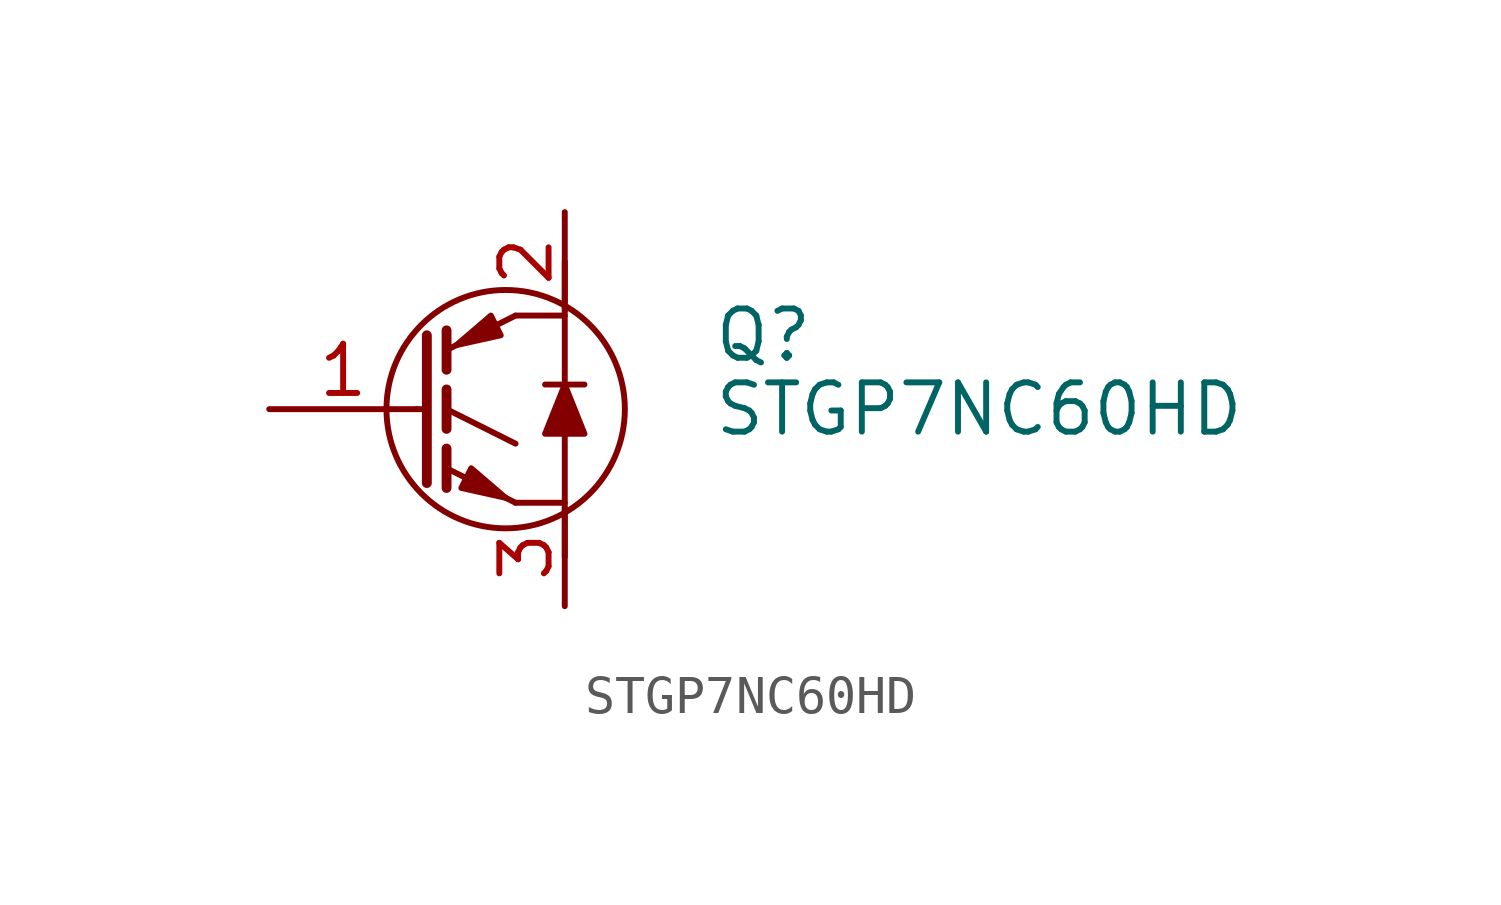
<source format=kicad_sym>
(kicad_symbol_lib
  (version 20211014)
  (generator kicad_symbol_editor)
  (symbol "STGP7NC60HD"
    (pin_names
      (offset 0) hide)
    (property "Reference" "Q"
      (at 6.35 1.905 0)
      (effects (font (size 1.27 1.27)) (justify left)))
    (property "Value" "STGP7NC60HD"
      (at 6.35 0 0)
      (effects (font (size 1.27 1.27)) (justify left)))
    (symbol "STGP7NC60HD_0_1"
      (polyline (pts (xy -1.27 0) (xy -1.016 0)) (stroke (width 0) (type default) (color 0 0 0 0)) (fill (type none)))
      (polyline (pts (xy 1.27 -2.413) (xy 2.54 -2.413)) (stroke (width 0) (type default) (color 0 0 0 0)) (fill (type none)))
      (polyline (pts (xy 1.27 2.413) (xy 2.54 2.413)) (stroke (width 0) (type default) (color 0 0 0 0)) (fill (type none)))
      (polyline (pts (xy 2.032 0.635) (xy 3.048 0.635)) (stroke (width 0) (type default) (color 0 0 0 0)) (fill (type none)))
      (polyline (pts (xy 2.54 3.81) (xy 2.54 -3.81)) (stroke (width 0) (type default) (color 0 0 0 0)) (fill (type none)))
      (polyline (pts (xy 2.54 0.635) (xy 2.032 -0.635) (xy 3.048 -0.635) (xy 2.54 0.635)) (stroke (width 0) (type default) (color 0 0 0 0)) (fill (type outline)))
      (circle (center 1.016 0) (radius 3.073) (stroke (width 0) (type default) (color 0 0 0 0)) (fill (type none))))
    (symbol "STGP7NC60HD_1_1"
      (polyline (pts (xy -0.508 -1.016) (xy -0.508 -2.032)) (stroke (width 0.254) (type default) (color 0 0 0 0)) (fill (type none)))
      (polyline (pts (xy -0.508 0.508) (xy -0.508 -0.508)) (stroke (width 0.254) (type default) (color 0 0 0 0)) (fill (type none)))
      (polyline (pts (xy -0.508 2.032) (xy -0.508 1.016)) (stroke (width 0.254) (type default) (color 0 0 0 0)) (fill (type none)))
      (polyline (pts (xy 1.27 -2.413) (xy -0.508 -1.524)) (stroke (width 0) (type default) (color 0 0 0 0)) (fill (type none)))
      (polyline (pts (xy 1.27 -0.889) (xy -0.508 0)) (stroke (width 0) (type default) (color 0 0 0 0)) (fill (type none)))
      (polyline (pts (xy 1.27 2.413) (xy -0.508 1.524)) (stroke (width 0) (type default) (color 0 0 0 0)) (fill (type none)))
      (polyline (pts (xy -1.016 1.905) (xy -1.016 -1.905) (xy -1.016 -1.905)) (stroke (width 0.254) (type default) (color 0 0 0 0)) (fill (type none)))
      (polyline (pts (xy -0.127 -2.032) (xy 0.127 -1.524) (xy 1.016 -2.286) (xy -0.127 -2.032)) (stroke (width 0) (type default) (color 0 0 0 0)) (fill (type outline)))
      (polyline (pts (xy 0.889 1.905) (xy 0.635 2.413) (xy -0.254 1.651) (xy 0.889 1.905)) (stroke (width 0) (type default) (color 0 0 0 0)) (fill (type outline)))
      (pin input line (at -5.08 0 0) (length 3.81) (name "G" (effects (font (size 1.27 1.27)))) (number "1" (effects (font (size 1.27 1.27)))))
      (pin passive line (at 2.54 5.08 270) (length 2.54) (name "C" (effects (font (size 1.27 1.27)))) (number "2" (effects (font (size 1.27 1.27)))))
      (pin passive line (at 2.54 -5.08 90) (length 2.54) (name "E" (effects (font (size 1.27 1.27)))) (number "3" (effects (font (size 1.27 1.27))))))))
</source>
